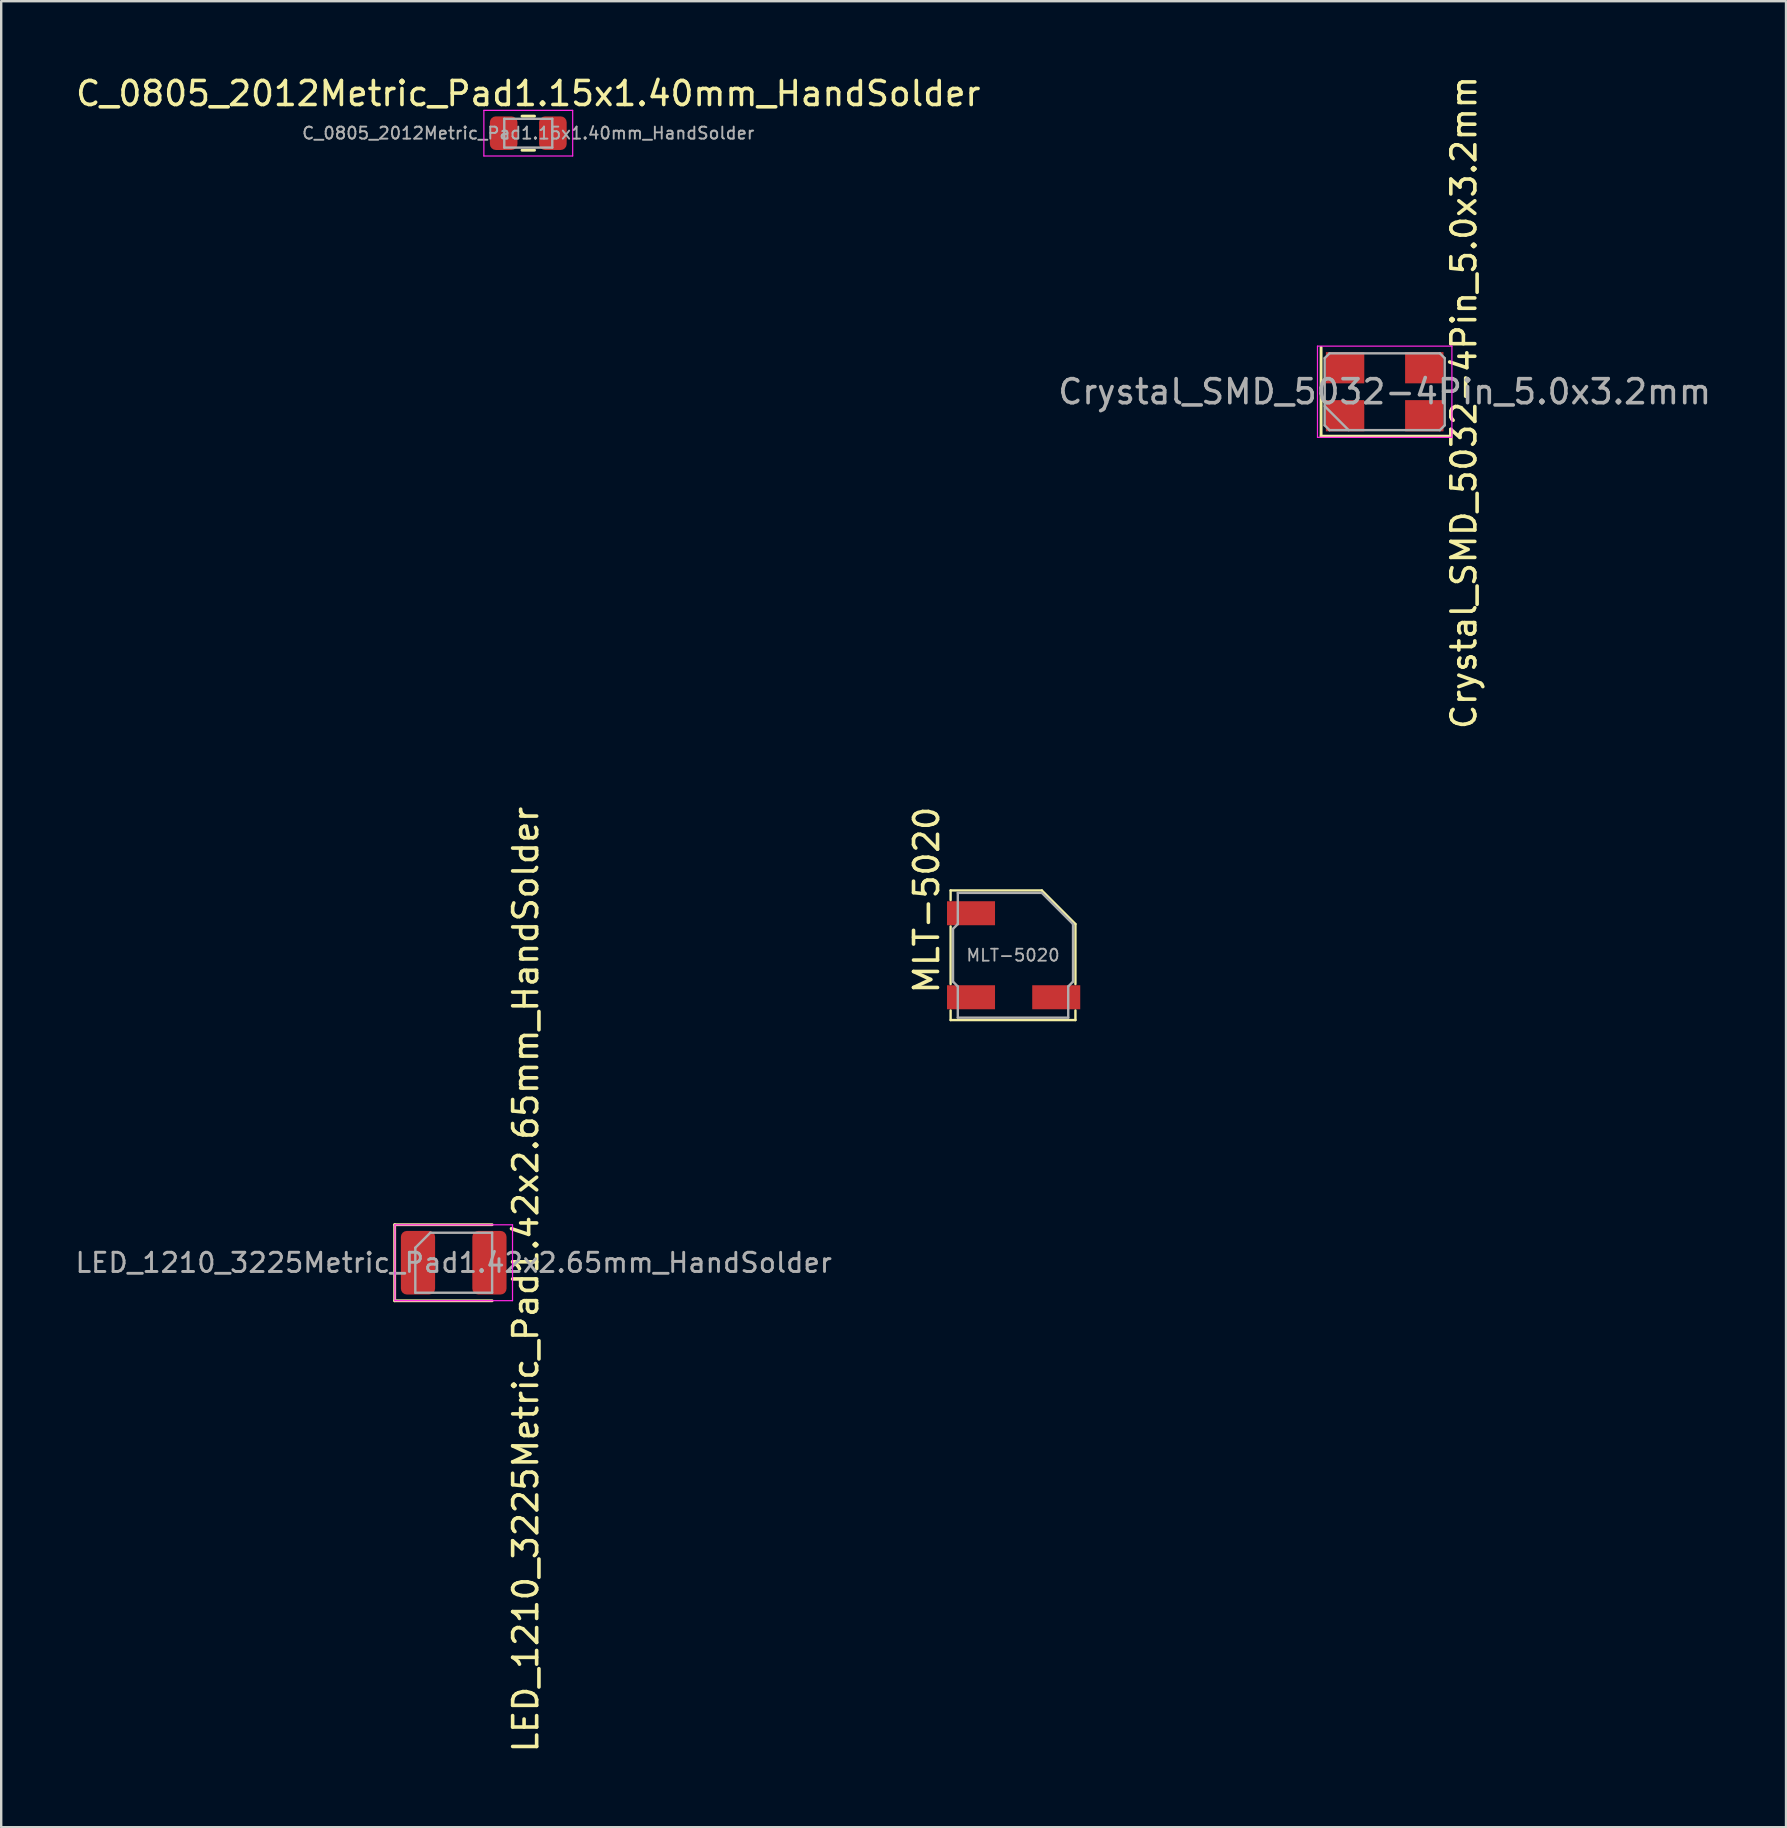
<source format=kicad_pcb>
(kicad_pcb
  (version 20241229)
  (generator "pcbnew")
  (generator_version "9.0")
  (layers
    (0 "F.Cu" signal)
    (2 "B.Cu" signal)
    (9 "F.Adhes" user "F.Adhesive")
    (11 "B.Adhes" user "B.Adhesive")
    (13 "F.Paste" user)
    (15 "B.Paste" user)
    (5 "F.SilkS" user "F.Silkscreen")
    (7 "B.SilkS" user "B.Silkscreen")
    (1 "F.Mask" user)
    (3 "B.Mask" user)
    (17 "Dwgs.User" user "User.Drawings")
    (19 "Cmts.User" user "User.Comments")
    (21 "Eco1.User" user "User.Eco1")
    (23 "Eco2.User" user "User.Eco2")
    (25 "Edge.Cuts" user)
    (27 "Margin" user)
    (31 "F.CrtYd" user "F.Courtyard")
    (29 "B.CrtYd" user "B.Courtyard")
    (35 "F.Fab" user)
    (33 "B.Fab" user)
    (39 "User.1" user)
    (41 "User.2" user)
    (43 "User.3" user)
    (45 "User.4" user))
  (footprint "C_0805_2012Metric_Pad1.15x1.40mm_HandSolder"
    (layer "F.Cu")
    (at 18.958 2.498)
    (property "Reference" "C_0805_2012Metric_Pad1.15x1.40mm_HandSolder" (at 0 -1.65 0) (layer "F.SilkS") (effects (font (size 1 1) (thickness 0.15))))
    (attr smd)
    (fp_line (start -0.261 -0.71) (end 0.261 -0.71) (stroke (width 0.12) (type solid)) (layer "F.SilkS"))
    (fp_line (start -0.261 0.71) (end 0.261 0.71) (stroke (width 0.12) (type solid)) (layer "F.SilkS"))
    (fp_line (start -1.85 -0.95) (end 1.85 -0.95) (stroke (width 0.05) (type solid)) (layer "F.CrtYd"))
    (fp_line (start -1.85 0.95) (end -1.85 -0.95) (stroke (width 0.05) (type solid)) (layer "F.CrtYd"))
    (fp_line (start 1.85 -0.95) (end 1.85 0.95) (stroke (width 0.05) (type solid)) (layer "F.CrtYd"))
    (fp_line (start 1.85 0.95) (end -1.85 0.95) (stroke (width 0.05) (type solid)) (layer "F.CrtYd"))
    (fp_line (start -1 -0.6) (end 1 -0.6) (stroke (width 0.1) (type solid)) (layer "F.Fab"))
    (fp_line (start -1 0.6) (end -1 -0.6) (stroke (width 0.1) (type solid)) (layer "F.Fab"))
    (fp_line (start 1 -0.6) (end 1 0.6) (stroke (width 0.1) (type solid)) (layer "F.Fab"))
    (fp_line (start 1 0.6) (end -1 0.6) (stroke (width 0.1) (type solid)) (layer "F.Fab"))
    (fp_text user "${REFERENCE}" (at 0 0 0) (layer "F.Fab") (effects (font (size 0.5 0.5) (thickness 0.08))))
    (pad "1" smd roundrect (at -1.025 0) (size 1.15 1.4) (layers "F.Cu" "F.Mask" "F.Paste") (roundrect_rratio 0.217))
    (pad "2" smd roundrect (at 1.025 0) (size 1.15 1.4) (layers "F.Cu" "F.Mask" "F.Paste") (roundrect_rratio 0.217)))
  (footprint "Crystal_SMD_5032-4Pin_5.0x3.2mm"
    (layer "F.Cu")
    (at 54.637 13.27)
    (property "Reference" "Crystal_SMD_5032-4Pin_5.0x3.2mm" (at 3.3 0.45 90) (layer "F.SilkS") (effects (font (size 1 1) (thickness 0.15))))
    (attr smd)
    (fp_line (start -2.65 -1.85) (end -2.65 1.85) (stroke (width 0.12) (type solid)) (layer "F.SilkS"))
    (fp_line (start -2.65 1.85) (end 2.65 1.85) (stroke (width 0.12) (type solid)) (layer "F.SilkS"))
    (fp_line (start -2.8 -1.9) (end -2.8 1.9) (stroke (width 0.05) (type solid)) (layer "F.CrtYd"))
    (fp_line (start -2.8 1.9) (end 2.8 1.9) (stroke (width 0.05) (type solid)) (layer "F.CrtYd"))
    (fp_line (start 2.8 -1.9) (end -2.8 -1.9) (stroke (width 0.05) (type solid)) (layer "F.CrtYd"))
    (fp_line (start 2.8 1.9) (end 2.8 -1.9) (stroke (width 0.05) (type solid)) (layer "F.CrtYd"))
    (fp_line (start -2.5 -1.4) (end -2.3 -1.6) (stroke (width 0.1) (type solid)) (layer "F.Fab"))
    (fp_line (start -2.5 0.6) (end -1.5 1.6) (stroke (width 0.1) (type solid)) (layer "F.Fab"))
    (fp_line (start -2.5 1.4) (end -2.5 -1.4) (stroke (width 0.1) (type solid)) (layer "F.Fab"))
    (fp_line (start -2.3 -1.6) (end 2.3 -1.6) (stroke (width 0.1) (type solid)) (layer "F.Fab"))
    (fp_line (start -2.3 1.6) (end -2.5 1.4) (stroke (width 0.1) (type solid)) (layer "F.Fab"))
    (fp_line (start 2.3 -1.6) (end 2.5 -1.4) (stroke (width 0.1) (type solid)) (layer "F.Fab"))
    (fp_line (start 2.3 1.6) (end -2.3 1.6) (stroke (width 0.1) (type solid)) (layer "F.Fab"))
    (fp_line (start 2.5 -1.4) (end 2.5 1.4) (stroke (width 0.1) (type solid)) (layer "F.Fab"))
    (fp_line (start 2.5 1.4) (end 2.3 1.6) (stroke (width 0.1) (type solid)) (layer "F.Fab"))
    (fp_text user "${REFERENCE}" (at 0 0 0) (layer "F.Fab") (effects (font (size 1 1) (thickness 0.15))))
    (pad "1" smd rect (at -1.65 1) (size 1.6 1.3) (layers "F.Cu" "F.Mask" "F.Paste"))
    (pad "2" smd rect (at 1.65 1) (size 1.6 1.3) (layers "F.Cu" "F.Mask" "F.Paste"))
    (pad "3" smd rect (at 1.65 -1) (size 1.6 1.3) (layers "F.Cu" "F.Mask" "F.Paste"))
    (pad "4" smd rect (at -1.65 -1) (size 1.6 1.3) (layers "F.Cu" "F.Mask" "F.Paste")))
  (footprint "LED_1210_3225Metric_Pad1.42x2.65mm_HandSolder"
    (layer "F.Cu")
    (at 15.852 49.556)
    (property "Reference" "LED_1210_3225Metric_Pad1.42x2.65mm_HandSolder" (at 3 0.7 90) (layer "F.SilkS") (effects (font (size 1 1) (thickness 0.15))))
    (attr smd)
    (fp_line (start -2.46 -1.585) (end -2.46 1.585) (stroke (width 0.12) (type solid)) (layer "F.SilkS"))
    (fp_line (start -2.46 1.585) (end 1.6 1.585) (stroke (width 0.12) (type solid)) (layer "F.SilkS"))
    (fp_line (start 1.6 -1.585) (end -2.46 -1.585) (stroke (width 0.12) (type solid)) (layer "F.SilkS"))
    (fp_line (start -2.45 -1.58) (end 2.45 -1.58) (stroke (width 0.05) (type solid)) (layer "F.CrtYd"))
    (fp_line (start -2.45 1.58) (end -2.45 -1.58) (stroke (width 0.05) (type solid)) (layer "F.CrtYd"))
    (fp_line (start 2.45 -1.58) (end 2.45 1.58) (stroke (width 0.05) (type solid)) (layer "F.CrtYd"))
    (fp_line (start 2.45 1.58) (end -2.45 1.58) (stroke (width 0.05) (type solid)) (layer "F.CrtYd"))
    (fp_line (start -1.6 -0.625) (end -1.6 1.25) (stroke (width 0.1) (type solid)) (layer "F.Fab"))
    (fp_line (start -1.6 1.25) (end 1.6 1.25) (stroke (width 0.1) (type solid)) (layer "F.Fab"))
    (fp_line (start -0.975 -1.25) (end -1.6 -0.625) (stroke (width 0.1) (type solid)) (layer "F.Fab"))
    (fp_line (start 1.6 -1.25) (end -0.975 -1.25) (stroke (width 0.1) (type solid)) (layer "F.Fab"))
    (fp_line (start 1.6 1.25) (end 1.6 -1.25) (stroke (width 0.1) (type solid)) (layer "F.Fab"))
    (fp_text user "${REFERENCE}" (at 0 0 0) (layer "F.Fab") (effects (font (size 0.8 0.8) (thickness 0.12))))
    (pad "1" smd roundrect (at -1.488 0) (size 1.425 2.65) (layers "F.Cu" "F.Mask" "F.Paste") (roundrect_rratio 0.175))
    (pad "2" smd roundrect (at 1.488 0) (size 1.425 2.65) (layers "F.Cu" "F.Mask" "F.Paste") (roundrect_rratio 0.175)))
  (footprint "MLT-5020"
    (layer "F.Cu")
    (at 39.153 36.746)
    (property "Reference" "MLT-5020" (at -3.6 -2.3 90) (layer "F.SilkS") (effects (font (size 1 1) (thickness 0.15))))
    (attr through_hole)
    (fp_line (start -2.6 -2.7) (end -2.6 -2.3) (stroke (width 0.1) (type solid)) (layer "F.SilkS"))
    (fp_line (start -2.6 -1.2) (end -2.6 1.2) (stroke (width 0.1) (type solid)) (layer "F.SilkS"))
    (fp_line (start -2.6 2.3) (end -2.6 2.7) (stroke (width 0.1) (type solid)) (layer "F.SilkS"))
    (fp_line (start -2.6 2.7) (end 2.6 2.7) (stroke (width 0.1) (type solid)) (layer "F.SilkS"))
    (fp_line (start 1.2 -2.7) (end -2.6 -2.7) (stroke (width 0.1) (type solid)) (layer "F.SilkS"))
    (fp_line (start 1.2 -2.7) (end 2.6 -1.3) (stroke (width 0.1) (type solid)) (layer "F.SilkS"))
    (fp_line (start 2.6 -1.3) (end 2.6 1.2) (stroke (width 0.1) (type solid)) (layer "F.SilkS"))
    (fp_line (start 2.6 2.3) (end 2.6 2.7) (stroke (width 0.1) (type solid)) (layer "F.SilkS"))
    (fp_line (start -2.5 -1.1) (end -2.5 1.1) (stroke (width 0.1) (type solid)) (layer "F.Fab"))
    (fp_line (start -2.3 -2.6) (end -2.3 -1.3) (stroke (width 0.1) (type solid)) (layer "F.Fab"))
    (fp_line (start -2.3 -2.6) (end 1.2 -2.6) (stroke (width 0.1) (type solid)) (layer "F.Fab"))
    (fp_line (start -2.3 -1.3) (end -2.5 -1.1) (stroke (width 0.1) (type solid)) (layer "F.Fab"))
    (fp_line (start -2.3 1.3) (end -2.5 1.1) (stroke (width 0.1) (type solid)) (layer "F.Fab"))
    (fp_line (start -2.3 1.3) (end -2.3 2.6) (stroke (width 0.1) (type solid)) (layer "F.Fab"))
    (fp_line (start 2.3 1.3) (end 2.3 2.6) (stroke (width 0.1) (type solid)) (layer "F.Fab"))
    (fp_line (start 2.3 1.3) (end 2.5 1.1) (stroke (width 0.1) (type solid)) (layer "F.Fab"))
    (fp_line (start 2.3 2.6) (end -2.3 2.6) (stroke (width 0.1) (type solid)) (layer "F.Fab"))
    (fp_line (start 2.5 -1.3) (end 1.2 -2.6) (stroke (width 0.1) (type solid)) (layer "F.Fab"))
    (fp_line (start 2.5 -1.3) (end 2.5 1.1) (stroke (width 0.1) (type solid)) (layer "F.Fab"))
    (fp_text user "${REFERENCE}" (at 0 0 0) (layer "F.Fab") (effects (font (size 0.5 0.5) (thickness 0.075))))
    (pad "1" smd rect (at -1.75 1.75) (size 2 1) (layers "F.Cu" "F.Mask" "F.Paste"))
    (pad "2" smd rect (at -1.75 -1.75) (size 2 1) (layers "F.Cu" "F.Mask" "F.Paste"))
    (pad "2" smd rect (at 1.8 1.75) (size 2 1) (layers "F.Cu" "F.Mask" "F.Paste")))
  (gr_rect
    (start -3 -3)
    (end 71.357 73.071)
    (stroke (width 0.1) (type default))
    (fill no)
    (layer "Edge.Cuts")))
</source>
